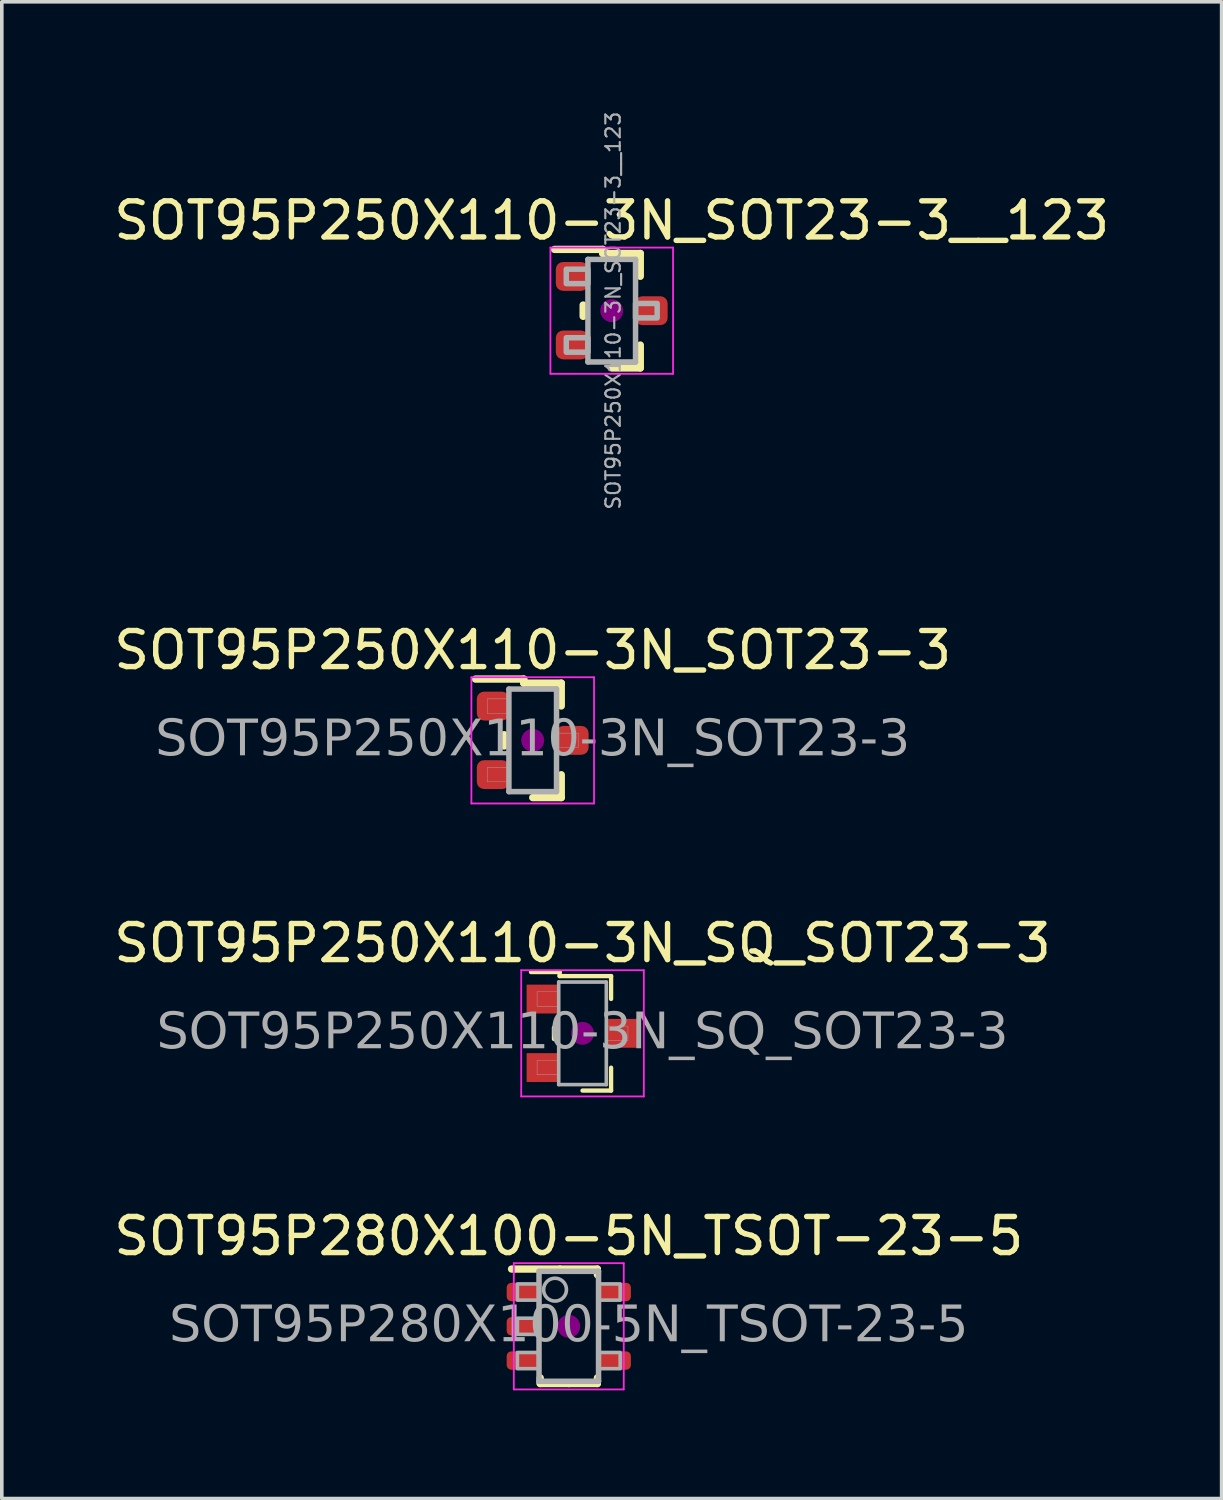
<source format=kicad_pcb>
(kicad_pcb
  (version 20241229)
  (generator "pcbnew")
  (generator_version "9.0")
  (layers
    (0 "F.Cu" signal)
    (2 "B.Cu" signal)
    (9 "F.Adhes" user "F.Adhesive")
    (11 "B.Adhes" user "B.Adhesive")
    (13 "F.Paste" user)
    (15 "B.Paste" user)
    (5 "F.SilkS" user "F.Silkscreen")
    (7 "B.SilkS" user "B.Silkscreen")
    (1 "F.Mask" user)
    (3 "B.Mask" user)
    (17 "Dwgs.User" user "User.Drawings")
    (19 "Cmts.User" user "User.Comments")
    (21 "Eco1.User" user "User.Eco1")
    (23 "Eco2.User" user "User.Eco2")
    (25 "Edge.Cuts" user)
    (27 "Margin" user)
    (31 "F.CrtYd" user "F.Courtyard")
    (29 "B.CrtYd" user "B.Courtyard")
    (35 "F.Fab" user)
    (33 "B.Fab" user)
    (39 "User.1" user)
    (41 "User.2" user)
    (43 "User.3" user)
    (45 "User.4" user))
  (footprint "SOT95P250X110-3N_SOT23-3__123"
    (layer "F.Cu")
    (at 13.911 5.564)
    (property "Reference" "SOT95P250X110-3N_SOT23-3__123" (at 0 -2.5 0) (layer "F.SilkS") (effects (font (size 1 1) (thickness 0.15))))
    (attr smd)
    (fp_line (start -0.792 -0.157) (end -0.792 0.157) (stroke (width 0.203) (type solid)) (layer "F.SilkS"))
    (fp_line (start -0.249 -1.699) (end -1.587 -1.699) (stroke (width 0.203) (type solid)) (layer "F.SilkS"))
    (fp_line (start -0.249 -1.587) (end -0.249 -1.699) (stroke (width 0.203) (type solid)) (layer "F.SilkS"))
    (fp_line (start 0.792 -1.587) (end -0.249 -1.587) (stroke (width 0.203) (type solid)) (layer "F.SilkS"))
    (fp_line (start 0.792 -1.587) (end 0.792 -0.953) (stroke (width 0.203) (type solid)) (layer "F.SilkS"))
    (fp_line (start 0.792 0.953) (end 0.792 1.587) (stroke (width 0.203) (type solid)) (layer "F.SilkS"))
    (fp_line (start 0.792 1.587) (end 0 1.587) (stroke (width 0.203) (type solid)) (layer "F.SilkS"))
    (fp_circle (center 0 0) (end 0.318 0) (stroke (width 0) (type solid)) (fill yes) (layer "F.Adhes"))
    (fp_line (start -1.7 -1.75) (end 1.7 -1.75) (stroke (width 0.05) (type solid)) (layer "F.CrtYd"))
    (fp_line (start -1.7 1.75) (end -1.7 -1.75) (stroke (width 0.05) (type solid)) (layer "F.CrtYd"))
    (fp_line (start 1.7 -1.75) (end 1.7 1.75) (stroke (width 0.05) (type solid)) (layer "F.CrtYd"))
    (fp_line (start 1.7 1.75) (end -1.7 1.75) (stroke (width 0.05) (type solid)) (layer "F.CrtYd"))
    (fp_line (start -0.66 -1.422) (end -0.66 1.422) (stroke (width 0.152) (type solid)) (layer "F.Fab"))
    (fp_line (start -0.66 1.422) (end 0.66 1.422) (stroke (width 0.152) (type solid)) (layer "F.Fab"))
    (fp_line (start 0.66 -1.422) (end -0.66 -1.422) (stroke (width 0.152) (type solid)) (layer "F.Fab"))
    (fp_line (start 0.66 1.422) (end 0.66 -1.422) (stroke (width 0.152) (type solid)) (layer "F.Fab"))
    (fp_rect (start -1.26 -1.15) (end -0.66 -0.75) (stroke (width 0.152) (type solid)) (fill no) (layer "F.Fab"))
    (fp_rect (start -1.26 0.75) (end -0.66 1.15) (stroke (width 0.152) (type solid)) (fill no) (layer "F.Fab"))
    (fp_rect (start 1.26 0.2) (end 0.66 -0.2) (stroke (width 0.152) (type solid)) (fill no) (layer "F.Fab"))
    (fp_text user "${REFERENCE}" (at 0.04 0 90) (layer "F.Fab") (effects (font (size 0.4 0.4) (thickness 0.06))))
    (pad "1" smd roundrect (at -1.1 -0.95) (size 0.9 0.8) (layers "F.Cu" "F.Mask" "F.Paste") (roundrect_rratio 0.25))
    (pad "2" smd roundrect (at -1.1 0.95) (size 0.9 0.8) (layers "F.Cu" "F.Mask" "F.Paste") (roundrect_rratio 0.25))
    (pad "3" smd roundrect (at 1.1 0) (size 0.9 0.8) (layers "F.Cu" "F.Mask" "F.Paste") (roundrect_rratio 0.25)))
  (footprint "SOT95P280X100-5N_TSOT-23-5"
    (layer "F.Cu")
    (at 12.72 33.723)
    (property "Reference" "SOT95P280X100-5N_TSOT-23-5" (at 0 -2.5 0) (layer "F.SilkS") (effects (font (size 1 1) (thickness 0.15))))
    (attr smd)
    (fp_line (start -0.792 1.429) (end -0.792 1.587) (stroke (width 0.203) (type solid)) (layer "F.SilkS"))
    (fp_line (start -0.792 1.587) (end 0 1.587) (stroke (width 0.203) (type solid)) (layer "F.SilkS"))
    (fp_line (start -0.249 -1.587) (end -1.587 -1.587) (stroke (width 0.203) (type solid)) (layer "F.SilkS"))
    (fp_line (start 0.792 -1.587) (end -0.249 -1.587) (stroke (width 0.203) (type solid)) (layer "F.SilkS"))
    (fp_line (start 0.792 -1.587) (end 0.794 -1.429) (stroke (width 0.203) (type solid)) (layer "F.SilkS"))
    (fp_line (start 0.792 1.587) (end 0 1.587) (stroke (width 0.203) (type solid)) (layer "F.SilkS"))
    (fp_line (start 0.794 1.429) (end 0.792 1.587) (stroke (width 0.203) (type solid)) (layer "F.SilkS"))
    (fp_circle (center 0 0) (end 0.318 0) (stroke (width 0) (type solid)) (fill yes) (layer "F.Adhes"))
    (fp_line (start -1.524 -1.75) (end 1.524 -1.75) (stroke (width 0.05) (type solid)) (layer "F.CrtYd"))
    (fp_line (start -1.524 1.75) (end -1.524 -1.75) (stroke (width 0.05) (type solid)) (layer "F.CrtYd"))
    (fp_line (start 1.524 -1.75) (end 1.524 1.75) (stroke (width 0.05) (type solid)) (layer "F.CrtYd"))
    (fp_line (start 1.524 1.75) (end -1.524 1.75) (stroke (width 0.05) (type solid)) (layer "F.CrtYd"))
    (fp_line (start -0.825 -1.525) (end -0.825 1.525) (stroke (width 0.152) (type solid)) (layer "F.Fab"))
    (fp_line (start -0.825 1.525) (end 0.825 1.525) (stroke (width 0.152) (type solid)) (layer "F.Fab"))
    (fp_line (start 0.825 -1.525) (end -0.825 -1.525) (stroke (width 0.152) (type solid)) (layer "F.Fab"))
    (fp_line (start 0.825 1.525) (end 0.825 -1.525) (stroke (width 0.152) (type solid)) (layer "F.Fab"))
    (fp_rect (start -1.425 -1.175) (end -0.825 -0.725) (stroke (width 0.1) (type solid)) (fill no) (layer "F.Fab"))
    (fp_rect (start -1.425 -0.225) (end -0.825 0.225) (stroke (width 0.1) (type solid)) (fill no) (layer "F.Fab"))
    (fp_rect (start -1.425 0.725) (end -0.825 1.175) (stroke (width 0.1) (type solid)) (fill no) (layer "F.Fab"))
    (fp_rect (start 1.425 -0.725) (end 0.825 -1.175) (stroke (width 0.1) (type solid)) (fill no) (layer "F.Fab"))
    (fp_rect (start 1.425 1.175) (end 0.825 0.725) (stroke (width 0.1) (type solid)) (fill no) (layer "F.Fab"))
    (fp_circle (center -0.381 -1.016) (end -0.064 -1.016) (stroke (width 0.1) (type solid)) (fill no) (layer "F.Fab"))
    (fp_text user "${REFERENCE}" (at 0 0 0) (layer "F.Fab") (effects (font (face "Tahoma") (size 1 1) (thickness 0.15))))
    (pad "1" smd roundrect (at -1.261 -0.95) (size 0.922 0.508) (layers "F.Cu" "F.Mask" "F.Paste") (roundrect_rratio 0.25))
    (pad "2" smd roundrect (at -1.261 0) (size 0.922 0.508) (layers "F.Cu" "F.Mask" "F.Paste") (roundrect_rratio 0.25))
    (pad "3" smd roundrect (at -1.261 0.95) (size 0.922 0.508) (layers "F.Cu" "F.Mask" "F.Paste") (roundrect_rratio 0.25))
    (pad "4" smd roundrect (at 1.261 0.95) (size 0.922 0.508) (layers "F.Cu" "F.Mask" "F.Paste") (roundrect_rratio 0.25))
    (pad "5" smd roundrect (at 1.261 -0.95) (size 0.922 0.508) (layers "F.Cu" "F.Mask" "F.Paste") (roundrect_rratio 0.25)))
  (footprint "SOT95P250X110-3N_SOT23-3"
    (layer "F.Cu")
    (at 11.72 17.477)
    (property "Reference" "SOT95P250X110-3N_SOT23-3" (at 0 -2.5 0) (layer "F.SilkS") (effects (font (size 1 1) (thickness 0.15))))
    (attr smd)
    (fp_line (start -0.792 -0.157) (end -0.792 0.157) (stroke (width 0.203) (type solid)) (layer "F.SilkS"))
    (fp_line (start -0.249 -1.699) (end -1.587 -1.699) (stroke (width 0.203) (type solid)) (layer "F.SilkS"))
    (fp_line (start -0.249 -1.587) (end -0.249 -1.699) (stroke (width 0.203) (type solid)) (layer "F.SilkS"))
    (fp_line (start 0.792 -1.587) (end -0.249 -1.587) (stroke (width 0.203) (type solid)) (layer "F.SilkS"))
    (fp_line (start 0.792 -1.587) (end 0.792 -0.953) (stroke (width 0.203) (type solid)) (layer "F.SilkS"))
    (fp_line (start 0.792 0.953) (end 0.792 1.587) (stroke (width 0.203) (type solid)) (layer "F.SilkS"))
    (fp_line (start 0.792 1.587) (end 0 1.587) (stroke (width 0.203) (type solid)) (layer "F.SilkS"))
    (fp_circle (center 0 0) (end 0.318 0) (stroke (width 0) (type solid)) (fill yes) (layer "F.Adhes"))
    (fp_line (start -1.7 -1.75) (end 1.7 -1.75) (stroke (width 0.05) (type solid)) (layer "F.CrtYd"))
    (fp_line (start -1.7 1.75) (end -1.7 -1.75) (stroke (width 0.05) (type solid)) (layer "F.CrtYd"))
    (fp_line (start 1.7 -1.75) (end 1.7 1.75) (stroke (width 0.05) (type solid)) (layer "F.CrtYd"))
    (fp_line (start 1.7 1.75) (end -1.7 1.75) (stroke (width 0.05) (type solid)) (layer "F.CrtYd"))
    (fp_line (start -0.66 -1.422) (end -0.66 1.422) (stroke (width 0.152) (type solid)) (layer "F.Fab"))
    (fp_line (start -0.66 1.422) (end 0.66 1.422) (stroke (width 0.152) (type solid)) (layer "F.Fab"))
    (fp_line (start 0.66 -1.422) (end -0.66 -1.422) (stroke (width 0.152) (type solid)) (layer "F.Fab"))
    (fp_line (start 0.66 1.422) (end 0.66 -1.422) (stroke (width 0.152) (type solid)) (layer "F.Fab"))
    (fp_rect (start -1.26 -1.15) (end -0.66 -0.75) (stroke (width 0.01) (type solid)) (fill no) (layer "F.Fab"))
    (fp_rect (start -1.26 0.75) (end -0.66 1.15) (stroke (width 0.01) (type solid)) (fill no) (layer "F.Fab"))
    (fp_rect (start 1.26 0.2) (end 0.66 -0.2) (stroke (width 0.01) (type solid)) (fill no) (layer "F.Fab"))
    (fp_text user "${REFERENCE}" (at 0 0 0) (layer "F.Fab") (effects (font (face "Tahoma") (size 1 1) (thickness 0.15))))
    (pad "1" smd roundrect (at -1.1 -0.95) (size 0.9 0.8) (layers "F.Cu" "F.Mask" "F.Paste") (roundrect_rratio 0.25))
    (pad "2" smd roundrect (at -1.1 0.95) (size 0.9 0.8) (layers "F.Cu" "F.Mask" "F.Paste") (roundrect_rratio 0.25))
    (pad "3" smd roundrect (at 1.1 0) (size 0.9 0.8) (layers "F.Cu" "F.Mask" "F.Paste") (roundrect_rratio 0.25)))
  (footprint "SOT95P250X110-3N_SQ_SOT23-3"
    (layer "F.Cu")
    (at 13.101 25.6)
    (property "Reference" "SOT95P250X110-3N_SQ_SOT23-3" (at 0 -2.5 0) (layer "F.SilkS") (effects (font (size 1 1) (thickness 0.15))))
    (attr smd)
    (fp_line (start -0.792 -0.157) (end -0.792 0.157) (stroke (width 0.12) (type solid)) (layer "F.SilkS"))
    (fp_line (start -0.635 -1.699) (end -1.429 -1.699) (stroke (width 0.12) (type solid)) (layer "F.SilkS"))
    (fp_line (start -0.635 -1.587) (end -0.635 -1.699) (stroke (width 0.12) (type solid)) (layer "F.SilkS"))
    (fp_line (start 0.792 -1.587) (end -0.635 -1.587) (stroke (width 0.12) (type solid)) (layer "F.SilkS"))
    (fp_line (start 0.792 -1.587) (end 0.792 -0.953) (stroke (width 0.12) (type solid)) (layer "F.SilkS"))
    (fp_line (start 0.792 0.953) (end 0.792 1.587) (stroke (width 0.12) (type solid)) (layer "F.SilkS"))
    (fp_line (start 0.792 1.587) (end 0 1.587) (stroke (width 0.12) (type solid)) (layer "F.SilkS"))
    (fp_circle (center 0 0) (end 0.318 0) (stroke (width 0) (type solid)) (fill yes) (layer "F.Adhes"))
    (fp_line (start -1.7 -1.75) (end 1.7 -1.75) (stroke (width 0.05) (type solid)) (layer "F.CrtYd"))
    (fp_line (start -1.7 1.75) (end -1.7 -1.75) (stroke (width 0.05) (type solid)) (layer "F.CrtYd"))
    (fp_line (start 1.7 -1.75) (end 1.7 1.75) (stroke (width 0.05) (type solid)) (layer "F.CrtYd"))
    (fp_line (start 1.7 1.75) (end -1.7 1.75) (stroke (width 0.05) (type solid)) (layer "F.CrtYd"))
    (fp_line (start -0.66 -1.422) (end -0.66 1.422) (stroke (width 0.1) (type solid)) (layer "F.Fab"))
    (fp_line (start -0.66 1.422) (end 0.66 1.422) (stroke (width 0.1) (type solid)) (layer "F.Fab"))
    (fp_line (start 0.66 -1.422) (end -0.66 -1.422) (stroke (width 0.1) (type solid)) (layer "F.Fab"))
    (fp_line (start 0.66 1.422) (end 0.66 -1.422) (stroke (width 0.1) (type solid)) (layer "F.Fab"))
    (fp_rect (start -1.26 -1.15) (end -0.66 -0.75) (stroke (width 0.01) (type solid)) (fill no) (layer "F.Fab"))
    (fp_rect (start -1.26 0.75) (end -0.66 1.15) (stroke (width 0.01) (type solid)) (fill no) (layer "F.Fab"))
    (fp_rect (start 1.26 0.2) (end 0.66 -0.2) (stroke (width 0.01) (type solid)) (fill no) (layer "F.Fab"))
    (fp_text user "${REFERENCE}" (at 0 0 0) (layer "F.Fab") (effects (font (face "Tahoma") (size 1 1) (thickness 0.15))))
    (pad "1" smd rect (at -1.1 -0.95) (size 0.9 0.8) (layers "F.Cu" "F.Mask" "F.Paste"))
    (pad "2" smd rect (at -1.1 0.95) (size 0.9 0.8) (layers "F.Cu" "F.Mask" "F.Paste"))
    (pad "3" smd rect (at 1.1 0) (size 0.9 0.8) (layers "F.Cu" "F.Mask" "F.Paste")))
  (gr_rect
    (start -3 -3)
    (end 30.821 38.498)
    (stroke (width 0.1) (type default))
    (fill no)
    (layer "Edge.Cuts")))
</source>
